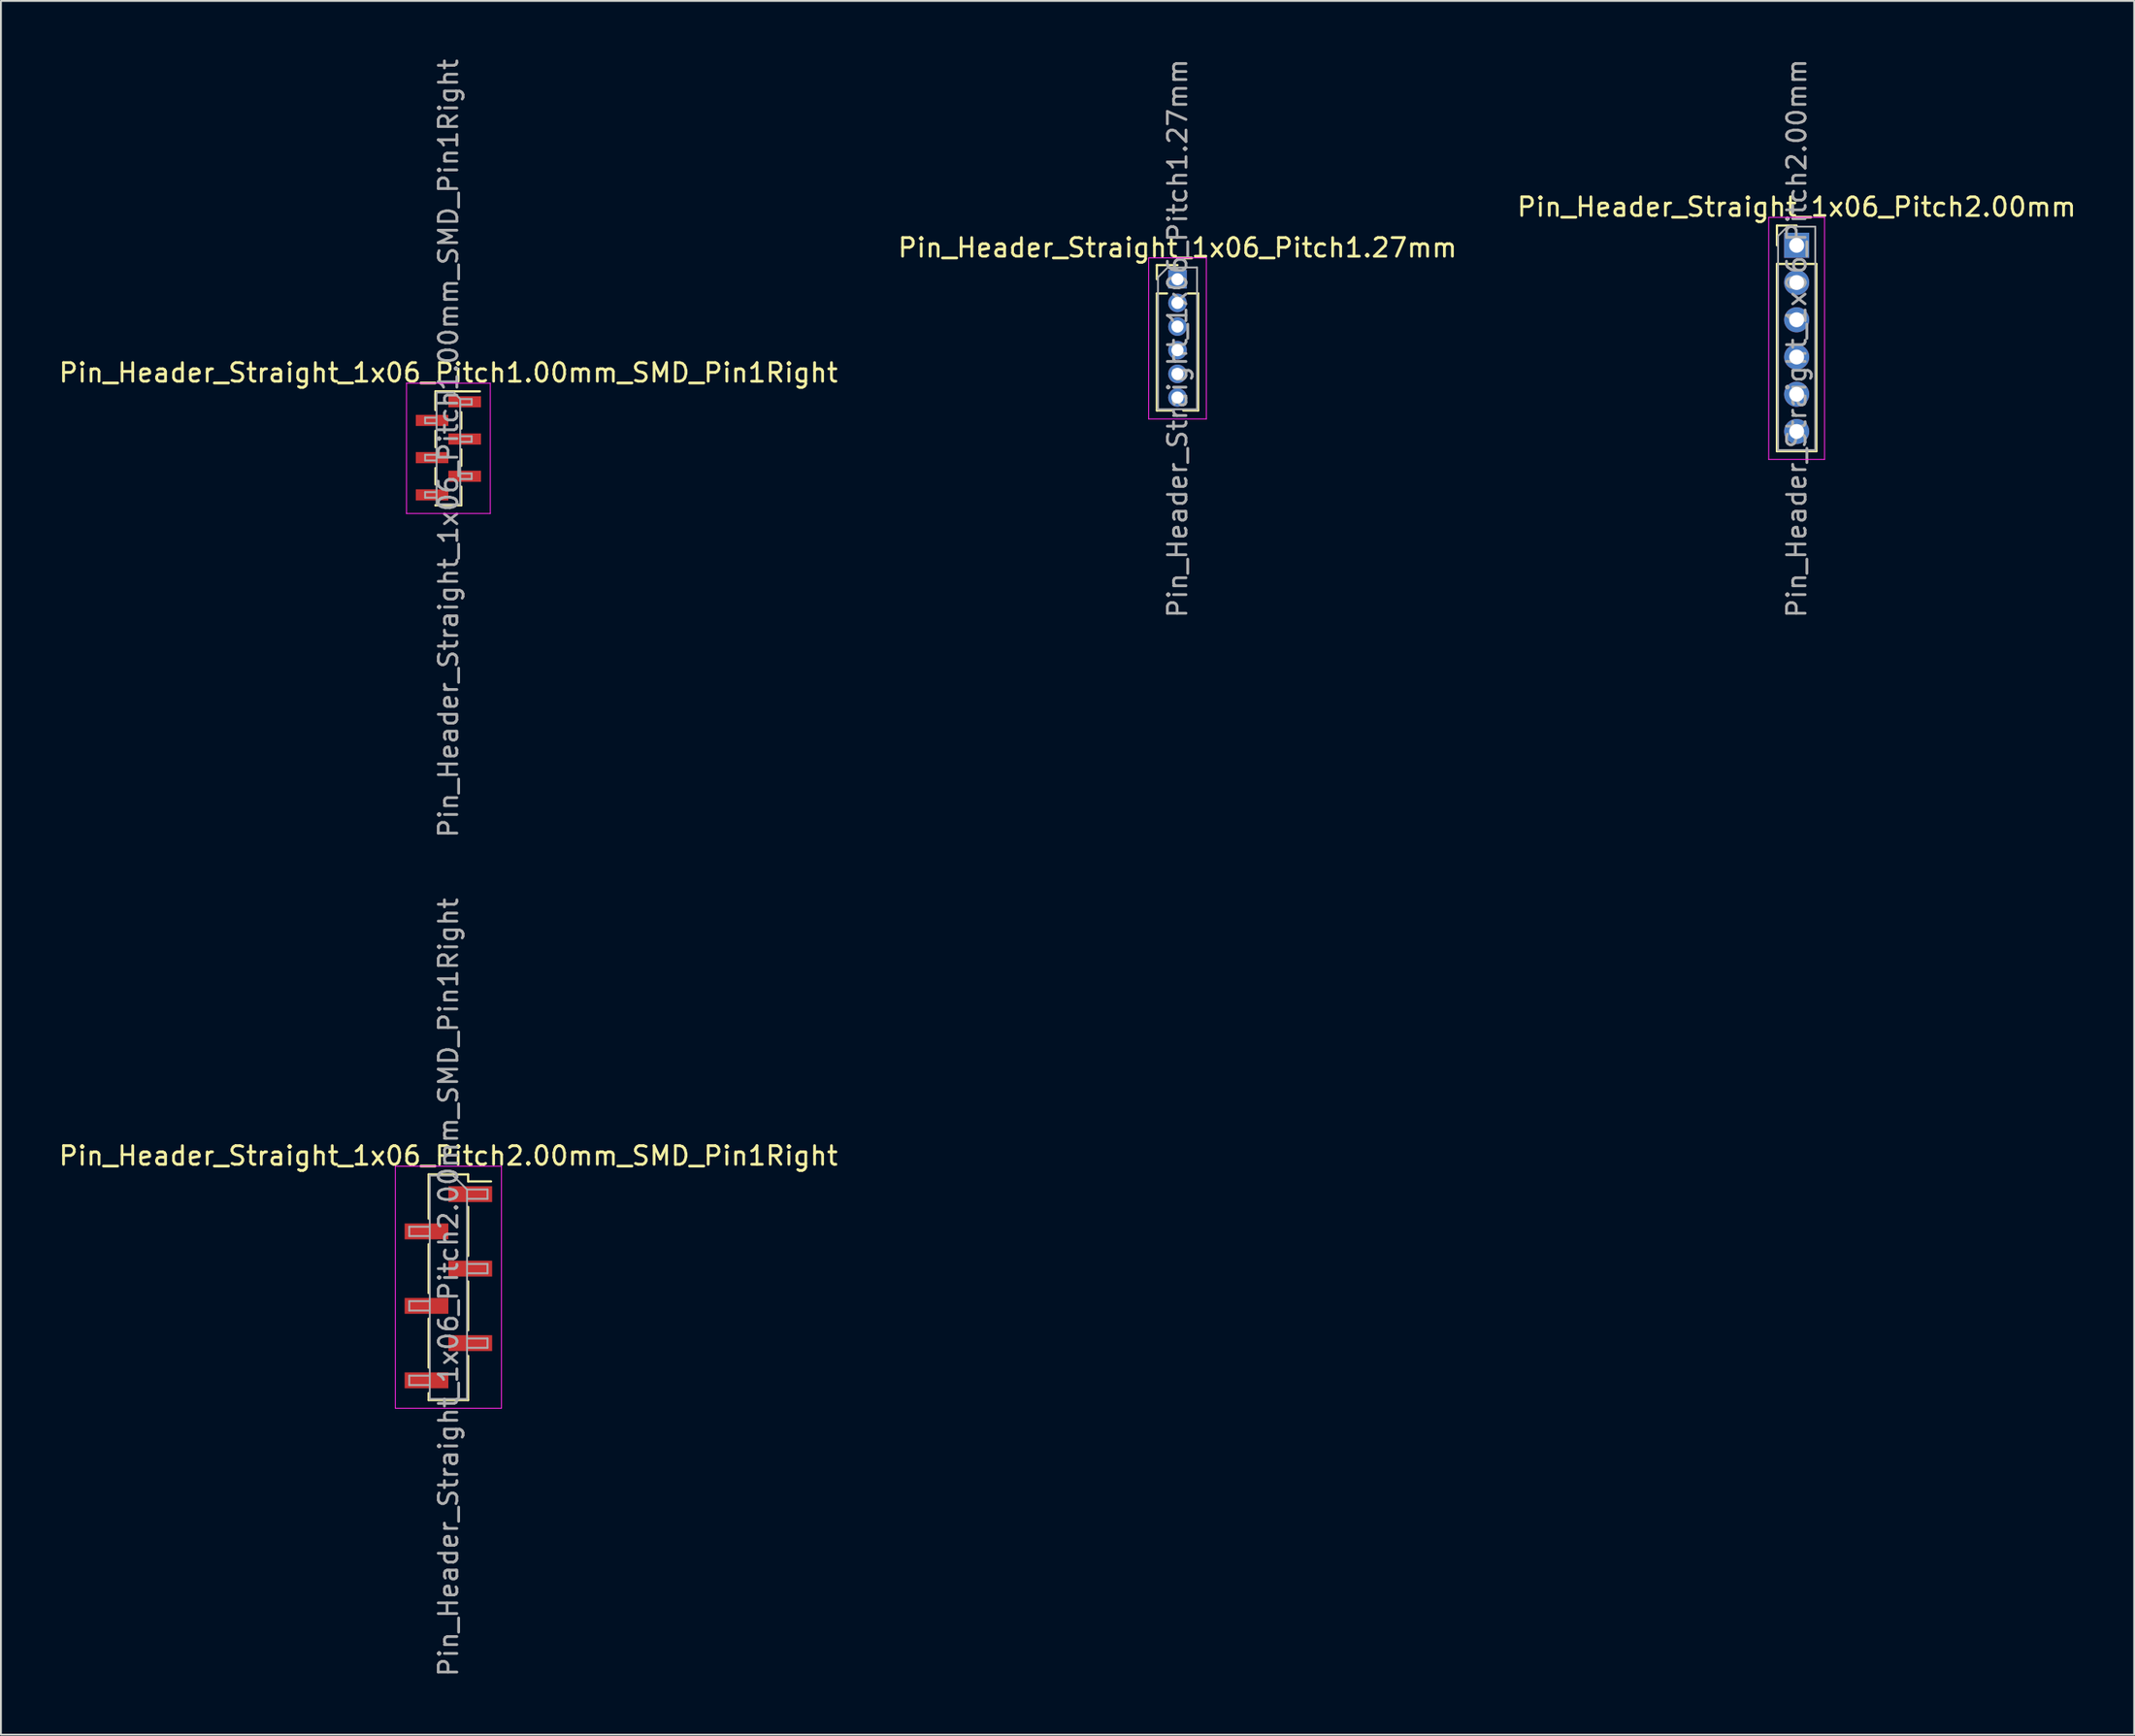
<source format=kicad_pcb>
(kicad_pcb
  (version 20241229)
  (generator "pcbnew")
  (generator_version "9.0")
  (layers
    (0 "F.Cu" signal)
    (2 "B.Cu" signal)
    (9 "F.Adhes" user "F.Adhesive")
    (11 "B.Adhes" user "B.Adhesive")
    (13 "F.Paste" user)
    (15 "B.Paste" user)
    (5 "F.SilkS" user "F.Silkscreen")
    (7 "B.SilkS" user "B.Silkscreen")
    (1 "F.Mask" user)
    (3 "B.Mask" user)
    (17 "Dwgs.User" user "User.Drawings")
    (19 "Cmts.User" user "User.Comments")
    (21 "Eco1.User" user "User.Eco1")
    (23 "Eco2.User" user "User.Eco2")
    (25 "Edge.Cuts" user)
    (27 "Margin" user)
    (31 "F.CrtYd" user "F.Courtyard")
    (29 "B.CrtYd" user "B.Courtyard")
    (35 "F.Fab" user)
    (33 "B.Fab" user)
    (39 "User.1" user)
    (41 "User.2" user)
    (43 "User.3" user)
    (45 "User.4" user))
  (footprint "Pin_Header_Straight_1x06_Pitch1.27mm"
    (layer "F.Cu")
    (at 60.185 11.95)
    (property "Reference" "Pin_Header_Straight_1x06_Pitch1.27mm" (at 0 -1.695 0) (layer "F.SilkS") (effects (font (size 1 1) (thickness 0.15))))
    (attr through_hole)
    (fp_line (start -1.11 -0.76) (end 0 -0.76) (stroke (width 0.12) (type solid)) (layer "F.SilkS"))
    (fp_line (start -1.11 0) (end -1.11 -0.76) (stroke (width 0.12) (type solid)) (layer "F.SilkS"))
    (fp_line (start -1.11 0.76) (end -1.11 7.045) (stroke (width 0.12) (type solid)) (layer "F.SilkS"))
    (fp_line (start -1.11 0.76) (end -0.563 0.76) (stroke (width 0.12) (type solid)) (layer "F.SilkS"))
    (fp_line (start -1.11 7.045) (end -0.308 7.045) (stroke (width 0.12) (type solid)) (layer "F.SilkS"))
    (fp_line (start 0.308 7.045) (end 1.11 7.045) (stroke (width 0.12) (type solid)) (layer "F.SilkS"))
    (fp_line (start 0.563 0.76) (end 1.11 0.76) (stroke (width 0.12) (type solid)) (layer "F.SilkS"))
    (fp_line (start 1.11 0.76) (end 1.11 7.045) (stroke (width 0.12) (type solid)) (layer "F.SilkS"))
    (fp_line (start -1.55 -1.15) (end -1.55 7.5) (stroke (width 0.05) (type solid)) (layer "F.CrtYd"))
    (fp_line (start -1.55 7.5) (end 1.55 7.5) (stroke (width 0.05) (type solid)) (layer "F.CrtYd"))
    (fp_line (start 1.55 -1.15) (end -1.55 -1.15) (stroke (width 0.05) (type solid)) (layer "F.CrtYd"))
    (fp_line (start 1.55 7.5) (end 1.55 -1.15) (stroke (width 0.05) (type solid)) (layer "F.CrtYd"))
    (fp_line (start -1.05 -0.11) (end -0.525 -0.635) (stroke (width 0.1) (type solid)) (layer "F.Fab"))
    (fp_line (start -1.05 6.985) (end -1.05 -0.11) (stroke (width 0.1) (type solid)) (layer "F.Fab"))
    (fp_line (start -0.525 -0.635) (end 1.05 -0.635) (stroke (width 0.1) (type solid)) (layer "F.Fab"))
    (fp_line (start 1.05 -0.635) (end 1.05 6.985) (stroke (width 0.1) (type solid)) (layer "F.Fab"))
    (fp_line (start 1.05 6.985) (end -1.05 6.985) (stroke (width 0.1) (type solid)) (layer "F.Fab"))
    (fp_text user "${REFERENCE}" (at 0 3.175 90) (layer "F.Fab") (effects (font (size 1 1) (thickness 0.15))))
    (pad "1" thru_hole rect (at 0 0) (size 1 1) (drill 0.65) (layers "*.Cu" "*.Mask"))
    (pad "2" thru_hole oval (at 0 1.27) (size 1 1) (drill 0.65) (layers "*.Cu" "*.Mask"))
    (pad "3" thru_hole oval (at 0 2.54) (size 1 1) (drill 0.65) (layers "*.Cu" "*.Mask"))
    (pad "4" thru_hole oval (at 0 3.81) (size 1 1) (drill 0.65) (layers "*.Cu" "*.Mask"))
    (pad "5" thru_hole oval (at 0 5.08) (size 1 1) (drill 0.65) (layers "*.Cu" "*.Mask"))
    (pad "6" thru_hole oval (at 0 6.35) (size 1 1) (drill 0.65) (layers "*.Cu" "*.Mask")))
  (footprint "Pin_Header_Straight_1x06_Pitch2.00mm"
    (layer "F.Cu")
    (at 93.435 10.125)
    (property "Reference" "Pin_Header_Straight_1x06_Pitch2.00mm" (at 0 -2.06 0) (layer "F.SilkS") (effects (font (size 1 1) (thickness 0.15))))
    (attr through_hole)
    (fp_line (start -1.06 -1.06) (end 0 -1.06) (stroke (width 0.12) (type solid)) (layer "F.SilkS"))
    (fp_line (start -1.06 0) (end -1.06 -1.06) (stroke (width 0.12) (type solid)) (layer "F.SilkS"))
    (fp_line (start -1.06 1) (end -1.06 11.06) (stroke (width 0.12) (type solid)) (layer "F.SilkS"))
    (fp_line (start -1.06 1) (end 1.06 1) (stroke (width 0.12) (type solid)) (layer "F.SilkS"))
    (fp_line (start -1.06 11.06) (end 1.06 11.06) (stroke (width 0.12) (type solid)) (layer "F.SilkS"))
    (fp_line (start 1.06 1) (end 1.06 11.06) (stroke (width 0.12) (type solid)) (layer "F.SilkS"))
    (fp_line (start -1.5 -1.5) (end -1.5 11.5) (stroke (width 0.05) (type solid)) (layer "F.CrtYd"))
    (fp_line (start -1.5 11.5) (end 1.5 11.5) (stroke (width 0.05) (type solid)) (layer "F.CrtYd"))
    (fp_line (start 1.5 -1.5) (end -1.5 -1.5) (stroke (width 0.05) (type solid)) (layer "F.CrtYd"))
    (fp_line (start 1.5 11.5) (end 1.5 -1.5) (stroke (width 0.05) (type solid)) (layer "F.CrtYd"))
    (fp_line (start -1 -0.5) (end -0.5 -1) (stroke (width 0.1) (type solid)) (layer "F.Fab"))
    (fp_line (start -1 11) (end -1 -0.5) (stroke (width 0.1) (type solid)) (layer "F.Fab"))
    (fp_line (start -0.5 -1) (end 1 -1) (stroke (width 0.1) (type solid)) (layer "F.Fab"))
    (fp_line (start 1 -1) (end 1 11) (stroke (width 0.1) (type solid)) (layer "F.Fab"))
    (fp_line (start 1 11) (end -1 11) (stroke (width 0.1) (type solid)) (layer "F.Fab"))
    (fp_text user "${REFERENCE}" (at 0 5 90) (layer "F.Fab") (effects (font (size 1 1) (thickness 0.15))))
    (pad "1" thru_hole rect (at 0 0) (size 1.35 1.35) (drill 0.8) (layers "*.Cu" "*.Mask"))
    (pad "2" thru_hole oval (at 0 2) (size 1.35 1.35) (drill 0.8) (layers "*.Cu" "*.Mask"))
    (pad "3" thru_hole oval (at 0 4) (size 1.35 1.35) (drill 0.8) (layers "*.Cu" "*.Mask"))
    (pad "4" thru_hole oval (at 0 6) (size 1.35 1.35) (drill 0.8) (layers "*.Cu" "*.Mask"))
    (pad "5" thru_hole oval (at 0 8) (size 1.35 1.35) (drill 0.8) (layers "*.Cu" "*.Mask"))
    (pad "6" thru_hole oval (at 0 10) (size 1.35 1.35) (drill 0.8) (layers "*.Cu" "*.Mask")))
  (footprint "Pin_Header_Straight_1x06_Pitch1.00mm_SMD_Pin1Right"
    (layer "F.Cu")
    (at 21.03 21.03)
    (property "Reference" "Pin_Header_Straight_1x06_Pitch1.00mm_SMD_Pin1Right" (at 0 -4.06 0) (layer "F.SilkS") (effects (font (size 1 1) (thickness 0.15))))
    (attr smd)
    (fp_line (start -0.695 -3.06) (end -0.695 -2.06) (stroke (width 0.12) (type solid)) (layer "F.SilkS"))
    (fp_line (start -0.695 -3.06) (end 0.695 -3.06) (stroke (width 0.12) (type solid)) (layer "F.SilkS"))
    (fp_line (start -0.695 -2.94) (end -0.695 -2.06) (stroke (width 0.12) (type solid)) (layer "F.SilkS"))
    (fp_line (start -0.695 -0.94) (end -0.695 -0.06) (stroke (width 0.12) (type solid)) (layer "F.SilkS"))
    (fp_line (start -0.695 1.06) (end -0.695 1.94) (stroke (width 0.12) (type solid)) (layer "F.SilkS"))
    (fp_line (start -0.695 3.06) (end -0.695 3.06) (stroke (width 0.12) (type solid)) (layer "F.SilkS"))
    (fp_line (start -0.695 3.06) (end 0.695 3.06) (stroke (width 0.12) (type solid)) (layer "F.SilkS"))
    (fp_line (start 0.695 -3.06) (end 0.695 -3.06) (stroke (width 0.12) (type solid)) (layer "F.SilkS"))
    (fp_line (start 0.695 -3.06) (end 1.69 -3.06) (stroke (width 0.12) (type solid)) (layer "F.SilkS"))
    (fp_line (start 0.695 -1.94) (end 0.695 -1.06) (stroke (width 0.12) (type solid)) (layer "F.SilkS"))
    (fp_line (start 0.695 0.06) (end 0.695 0.94) (stroke (width 0.12) (type solid)) (layer "F.SilkS"))
    (fp_line (start 0.695 2.06) (end 0.695 3.06) (stroke (width 0.12) (type solid)) (layer "F.SilkS"))
    (fp_line (start -2.25 -3.5) (end -2.25 3.5) (stroke (width 0.05) (type solid)) (layer "F.CrtYd"))
    (fp_line (start -2.25 3.5) (end 2.25 3.5) (stroke (width 0.05) (type solid)) (layer "F.CrtYd"))
    (fp_line (start 2.25 -3.5) (end -2.25 -3.5) (stroke (width 0.05) (type solid)) (layer "F.CrtYd"))
    (fp_line (start 2.25 3.5) (end 2.25 -3.5) (stroke (width 0.05) (type solid)) (layer "F.CrtYd"))
    (fp_line (start -1.25 -1.65) (end -1.25 -1.35) (stroke (width 0.1) (type solid)) (layer "F.Fab"))
    (fp_line (start -1.25 -1.35) (end -0.635 -1.35) (stroke (width 0.1) (type solid)) (layer "F.Fab"))
    (fp_line (start -1.25 0.35) (end -1.25 0.65) (stroke (width 0.1) (type solid)) (layer "F.Fab"))
    (fp_line (start -1.25 0.65) (end -0.635 0.65) (stroke (width 0.1) (type solid)) (layer "F.Fab"))
    (fp_line (start -1.25 2.35) (end -1.25 2.65) (stroke (width 0.1) (type solid)) (layer "F.Fab"))
    (fp_line (start -1.25 2.65) (end -0.635 2.65) (stroke (width 0.1) (type solid)) (layer "F.Fab"))
    (fp_line (start -0.635 -3) (end -0.635 3) (stroke (width 0.1) (type solid)) (layer "F.Fab"))
    (fp_line (start -0.635 -3) (end 0.285 -3) (stroke (width 0.1) (type solid)) (layer "F.Fab"))
    (fp_line (start -0.635 -1.65) (end -1.25 -1.65) (stroke (width 0.1) (type solid)) (layer "F.Fab"))
    (fp_line (start -0.635 0.35) (end -1.25 0.35) (stroke (width 0.1) (type solid)) (layer "F.Fab"))
    (fp_line (start -0.635 2.35) (end -1.25 2.35) (stroke (width 0.1) (type solid)) (layer "F.Fab"))
    (fp_line (start 0.635 -2.65) (end 0.285 -3) (stroke (width 0.1) (type solid)) (layer "F.Fab"))
    (fp_line (start 0.635 -2.65) (end 1.25 -2.65) (stroke (width 0.1) (type solid)) (layer "F.Fab"))
    (fp_line (start 0.635 -0.65) (end 1.25 -0.65) (stroke (width 0.1) (type solid)) (layer "F.Fab"))
    (fp_line (start 0.635 1.35) (end 1.25 1.35) (stroke (width 0.1) (type solid)) (layer "F.Fab"))
    (fp_line (start 0.635 3) (end -0.635 3) (stroke (width 0.1) (type solid)) (layer "F.Fab"))
    (fp_line (start 0.635 3) (end 0.635 -2.65) (stroke (width 0.1) (type solid)) (layer "F.Fab"))
    (fp_line (start 1.25 -2.65) (end 1.25 -2.35) (stroke (width 0.1) (type solid)) (layer "F.Fab"))
    (fp_line (start 1.25 -2.35) (end 0.635 -2.35) (stroke (width 0.1) (type solid)) (layer "F.Fab"))
    (fp_line (start 1.25 -0.65) (end 1.25 -0.35) (stroke (width 0.1) (type solid)) (layer "F.Fab"))
    (fp_line (start 1.25 -0.35) (end 0.635 -0.35) (stroke (width 0.1) (type solid)) (layer "F.Fab"))
    (fp_line (start 1.25 1.35) (end 1.25 1.65) (stroke (width 0.1) (type solid)) (layer "F.Fab"))
    (fp_line (start 1.25 1.65) (end 0.635 1.65) (stroke (width 0.1) (type solid)) (layer "F.Fab"))
    (fp_text user "${REFERENCE}" (at 0 0 90) (layer "F.Fab") (effects (font (size 1 1) (thickness 0.15))))
    (pad "1" smd rect (at 0.875 -2.5) (size 1.75 0.6) (layers "F.Cu" "F.Mask" "F.Paste"))
    (pad "2" smd rect (at -0.875 -1.5) (size 1.75 0.6) (layers "F.Cu" "F.Mask" "F.Paste"))
    (pad "3" smd rect (at 0.875 -0.5) (size 1.75 0.6) (layers "F.Cu" "F.Mask" "F.Paste"))
    (pad "4" smd rect (at -0.875 0.5) (size 1.75 0.6) (layers "F.Cu" "F.Mask" "F.Paste"))
    (pad "5" smd rect (at 0.875 1.5) (size 1.75 0.6) (layers "F.Cu" "F.Mask" "F.Paste"))
    (pad "6" smd rect (at -0.875 2.5) (size 1.75 0.6) (layers "F.Cu" "F.Mask" "F.Paste")))
  (footprint "Pin_Header_Straight_1x06_Pitch2.00mm_SMD_Pin1Right"
    (layer "F.Cu")
    (at 21.03 66.089)
    (property "Reference" "Pin_Header_Straight_1x06_Pitch2.00mm_SMD_Pin1Right" (at 0 -7.06 0) (layer "F.SilkS") (effects (font (size 1 1) (thickness 0.15))))
    (attr smd)
    (fp_line (start -1.06 -6.06) (end -1.06 -3.685) (stroke (width 0.12) (type solid)) (layer "F.SilkS"))
    (fp_line (start -1.06 -6.06) (end 1.06 -6.06) (stroke (width 0.12) (type solid)) (layer "F.SilkS"))
    (fp_line (start -1.06 -2.315) (end -1.06 0.315) (stroke (width 0.12) (type solid)) (layer "F.SilkS"))
    (fp_line (start -1.06 1.685) (end -1.06 4.315) (stroke (width 0.12) (type solid)) (layer "F.SilkS"))
    (fp_line (start -1.06 5.685) (end -1.06 6.06) (stroke (width 0.12) (type solid)) (layer "F.SilkS"))
    (fp_line (start -1.06 6.06) (end 1.06 6.06) (stroke (width 0.12) (type solid)) (layer "F.SilkS"))
    (fp_line (start 1.06 -6.06) (end 1.06 -5.685) (stroke (width 0.12) (type solid)) (layer "F.SilkS"))
    (fp_line (start 1.06 -5.685) (end 2.29 -5.685) (stroke (width 0.12) (type solid)) (layer "F.SilkS"))
    (fp_line (start 1.06 -4.315) (end 1.06 -1.685) (stroke (width 0.12) (type solid)) (layer "F.SilkS"))
    (fp_line (start 1.06 -0.315) (end 1.06 2.315) (stroke (width 0.12) (type solid)) (layer "F.SilkS"))
    (fp_line (start 1.06 3.685) (end 1.06 6.06) (stroke (width 0.12) (type solid)) (layer "F.SilkS"))
    (fp_line (start -2.85 -6.5) (end -2.85 6.5) (stroke (width 0.05) (type solid)) (layer "F.CrtYd"))
    (fp_line (start -2.85 6.5) (end 2.85 6.5) (stroke (width 0.05) (type solid)) (layer "F.CrtYd"))
    (fp_line (start 2.85 -6.5) (end -2.85 -6.5) (stroke (width 0.05) (type solid)) (layer "F.CrtYd"))
    (fp_line (start 2.85 6.5) (end 2.85 -6.5) (stroke (width 0.05) (type solid)) (layer "F.CrtYd"))
    (fp_line (start -2.1 -3.25) (end -2.1 -2.75) (stroke (width 0.1) (type solid)) (layer "F.Fab"))
    (fp_line (start -2.1 -2.75) (end -1 -2.75) (stroke (width 0.1) (type solid)) (layer "F.Fab"))
    (fp_line (start -2.1 0.75) (end -2.1 1.25) (stroke (width 0.1) (type solid)) (layer "F.Fab"))
    (fp_line (start -2.1 1.25) (end -1 1.25) (stroke (width 0.1) (type solid)) (layer "F.Fab"))
    (fp_line (start -2.1 4.75) (end -2.1 5.25) (stroke (width 0.1) (type solid)) (layer "F.Fab"))
    (fp_line (start -2.1 5.25) (end -1 5.25) (stroke (width 0.1) (type solid)) (layer "F.Fab"))
    (fp_line (start -1 -6) (end -1 6) (stroke (width 0.1) (type solid)) (layer "F.Fab"))
    (fp_line (start -1 -6) (end 0.25 -6) (stroke (width 0.1) (type solid)) (layer "F.Fab"))
    (fp_line (start -1 -3.25) (end -2.1 -3.25) (stroke (width 0.1) (type solid)) (layer "F.Fab"))
    (fp_line (start -1 0.75) (end -2.1 0.75) (stroke (width 0.1) (type solid)) (layer "F.Fab"))
    (fp_line (start -1 4.75) (end -2.1 4.75) (stroke (width 0.1) (type solid)) (layer "F.Fab"))
    (fp_line (start 1 -5.25) (end 0.25 -6) (stroke (width 0.1) (type solid)) (layer "F.Fab"))
    (fp_line (start 1 -5.25) (end 2.1 -5.25) (stroke (width 0.1) (type solid)) (layer "F.Fab"))
    (fp_line (start 1 -1.25) (end 2.1 -1.25) (stroke (width 0.1) (type solid)) (layer "F.Fab"))
    (fp_line (start 1 2.75) (end 2.1 2.75) (stroke (width 0.1) (type solid)) (layer "F.Fab"))
    (fp_line (start 1 6) (end -1 6) (stroke (width 0.1) (type solid)) (layer "F.Fab"))
    (fp_line (start 1 6) (end 1 -5.25) (stroke (width 0.1) (type solid)) (layer "F.Fab"))
    (fp_line (start 2.1 -5.25) (end 2.1 -4.75) (stroke (width 0.1) (type solid)) (layer "F.Fab"))
    (fp_line (start 2.1 -4.75) (end 1 -4.75) (stroke (width 0.1) (type solid)) (layer "F.Fab"))
    (fp_line (start 2.1 -1.25) (end 2.1 -0.75) (stroke (width 0.1) (type solid)) (layer "F.Fab"))
    (fp_line (start 2.1 -0.75) (end 1 -0.75) (stroke (width 0.1) (type solid)) (layer "F.Fab"))
    (fp_line (start 2.1 2.75) (end 2.1 3.25) (stroke (width 0.1) (type solid)) (layer "F.Fab"))
    (fp_line (start 2.1 3.25) (end 1 3.25) (stroke (width 0.1) (type solid)) (layer "F.Fab"))
    (fp_text user "${REFERENCE}" (at 0 0 90) (layer "F.Fab") (effects (font (size 1 1) (thickness 0.15))))
    (pad "1" smd rect (at 1.175 -5) (size 2.35 0.85) (layers "F.Cu" "F.Mask" "F.Paste"))
    (pad "2" smd rect (at -1.175 -3) (size 2.35 0.85) (layers "F.Cu" "F.Mask" "F.Paste"))
    (pad "3" smd rect (at 1.175 -1) (size 2.35 0.85) (layers "F.Cu" "F.Mask" "F.Paste"))
    (pad "4" smd rect (at -1.175 1) (size 2.35 0.85) (layers "F.Cu" "F.Mask" "F.Paste"))
    (pad "5" smd rect (at 1.175 3) (size 2.35 0.85) (layers "F.Cu" "F.Mask" "F.Paste"))
    (pad "6" smd rect (at -1.175 5) (size 2.35 0.85) (layers "F.Cu" "F.Mask" "F.Paste")))
  (gr_rect
    (start -3 -3)
    (end 111.56 90.119)
    (stroke (width 0.1) (type default))
    (fill no)
    (layer "Edge.Cuts")))
</source>
